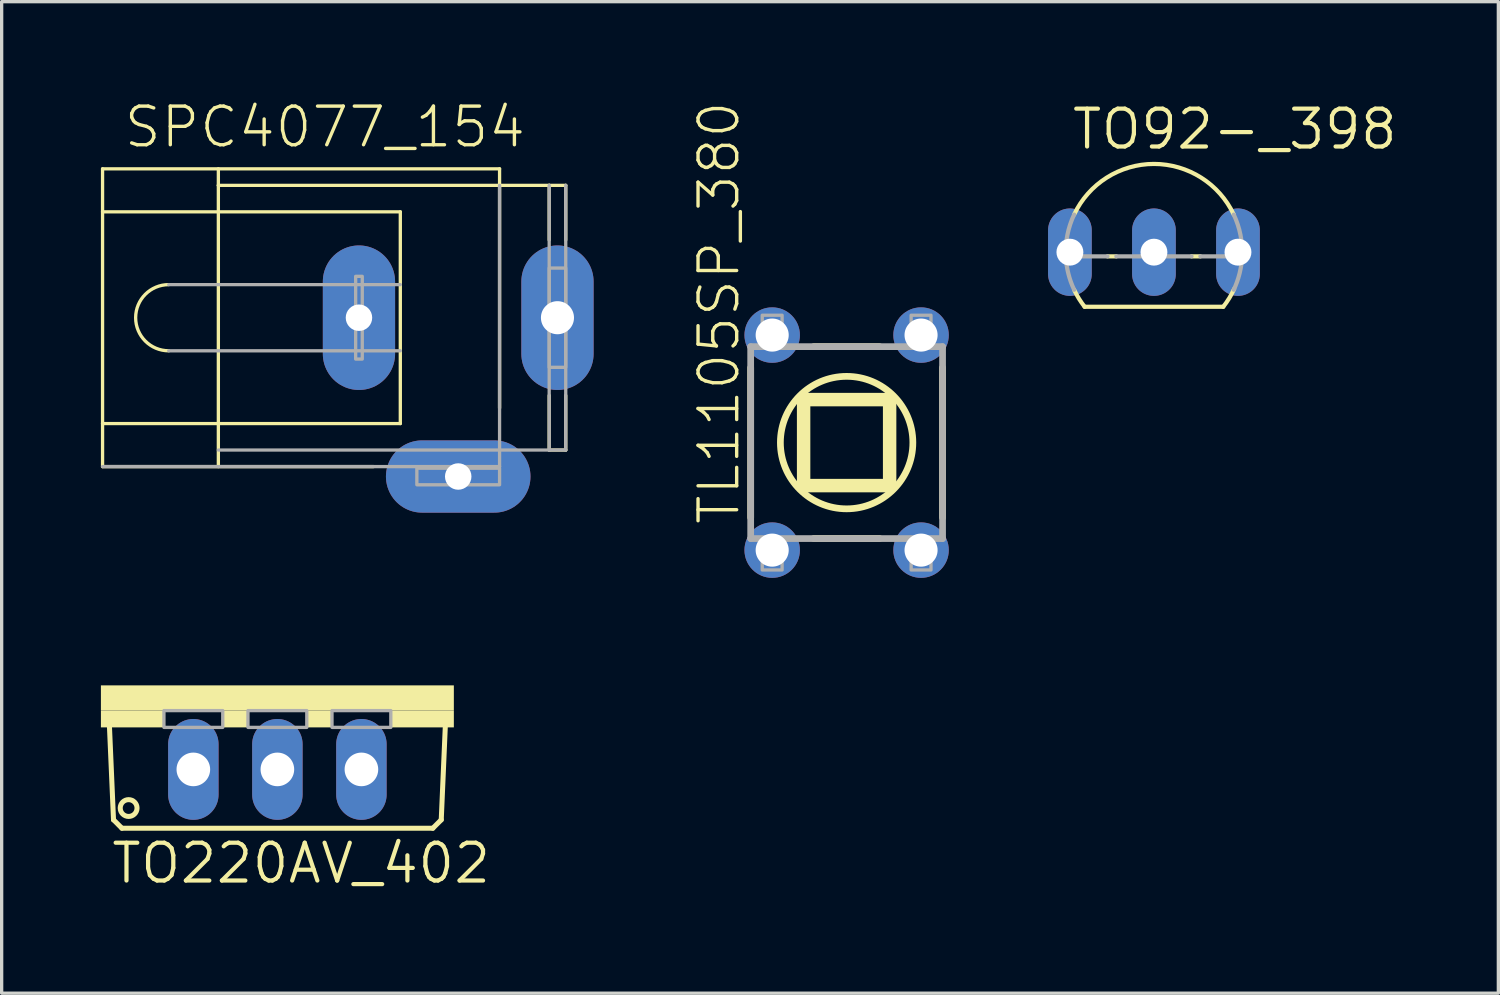
<source format=kicad_pcb>
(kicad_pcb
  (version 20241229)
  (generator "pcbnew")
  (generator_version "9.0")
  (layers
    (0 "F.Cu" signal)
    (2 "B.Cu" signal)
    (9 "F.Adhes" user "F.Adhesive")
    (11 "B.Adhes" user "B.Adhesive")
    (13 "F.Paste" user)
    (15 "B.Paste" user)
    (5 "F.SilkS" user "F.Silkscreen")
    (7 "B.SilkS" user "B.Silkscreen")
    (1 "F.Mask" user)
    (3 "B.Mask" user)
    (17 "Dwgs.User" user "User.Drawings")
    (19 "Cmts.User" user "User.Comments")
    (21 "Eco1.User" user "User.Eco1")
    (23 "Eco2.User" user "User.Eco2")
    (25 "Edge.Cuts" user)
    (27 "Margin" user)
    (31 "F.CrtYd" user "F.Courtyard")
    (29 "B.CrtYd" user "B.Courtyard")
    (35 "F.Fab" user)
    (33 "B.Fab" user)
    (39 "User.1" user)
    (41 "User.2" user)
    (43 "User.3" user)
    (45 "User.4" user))
  (footprint "TO92-_398"
    (layer "F.Cu")
    (at 31.829 4.572)
    (property "Reference" "TO92-_398" (at -2.54 -3.048 0) (unlocked yes) (layer "F.SilkS") (effects (font (size 1.143 1.143) (thickness 0.127)) (justify left bottom)))
    (fp_line (start -2.095 1.651) (end 2.095 1.651) (stroke (width 0.127) (type solid)) (layer "F.SilkS"))
    (fp_line (start -1.136 0.127) (end -1.404 0.127) (stroke (width 0.127) (type solid)) (layer "F.SilkS"))
    (fp_line (start 1.404 0.127) (end 1.136 0.127) (stroke (width 0.127) (type solid)) (layer "F.SilkS"))
    (fp_arc (start -2.413 -1.1359) (mid -0.000001 -2.666986) (end 2.412999 -1.135901) (stroke (width 0.127) (type solid)) (layer "F.SilkS"))
    (fp_arc (start -2.0945 1.651) (mid -2.268418 1.40252) (end -2.413 1.1359) (stroke (width 0.127) (type solid)) (layer "F.SilkS"))
    (fp_arc (start 2.4242 1.1118) (mid 2.275378 1.391201) (end 2.0945 1.651) (stroke (width 0.127) (type solid)) (layer "F.SilkS"))
    (fp_line (start -1.404 0.127) (end -2.664 0.127) (stroke (width 0.127) (type solid)) (layer "F.Fab"))
    (fp_line (start 1.136 0.127) (end -1.136 0.127) (stroke (width 0.127) (type solid)) (layer "F.Fab"))
    (fp_line (start 2.664 0.127) (end 1.404 0.127) (stroke (width 0.127) (type solid)) (layer "F.Fab"))
    (fp_arc (start -2.664 0.127) (mid -2.615858 -0.519825) (end -2.413 -1.1359) (stroke (width 0.127) (type solid)) (layer "F.Fab"))
    (fp_arc (start -2.413 1.1359) (mid -2.588137 0.643799) (end -2.664 0.127) (stroke (width 0.127) (type solid)) (layer "F.Fab"))
    (fp_arc (start 2.413 -1.1359) (mid 2.615858 -0.519825) (end 2.664 0.127) (stroke (width 0.127) (type solid)) (layer "F.Fab"))
    (fp_arc (start 2.664 0.127) (mid 2.588137 0.643799) (end 2.413 1.1359) (stroke (width 0.127) (type solid)) (layer "F.Fab"))
    (pad "1" thru_hole oval (at 2.54 0 90) (size 2.642 1.321) (drill 0.813) (layers "*.Cu" "*.Mask"))
    (pad "2" thru_hole oval (at 0 0 90) (size 2.642 1.321) (drill 0.813) (layers "*.Cu" "*.Mask"))
    (pad "3" thru_hole oval (at -2.54 0 90) (size 2.642 1.321) (drill 0.813) (layers "*.Cu" "*.Mask")))
  (footprint "TL1105SP_380"
    (layer "F.Cu")
    (at 22.54 10.328)
    (property "Reference" "TL1105SP_380" (at -3.175 2.54 90) (unlocked yes) (layer "F.SilkS") (effects (font (size 1.168 1.168) (thickness 0.102)) (justify left bottom)))
    (fp_line (start -2.9 -2.265) (end -2.9 2.265) (stroke (width 0.203) (type solid)) (layer "F.SilkS"))
    (fp_line (start -1.3 -1.3) (end 1.3 -1.3) (stroke (width 0.406) (type solid)) (layer "F.SilkS"))
    (fp_line (start -1.3 1.3) (end -1.3 -1.3) (stroke (width 0.406) (type solid)) (layer "F.SilkS"))
    (fp_line (start -0.995 -2.9) (end 0.995 -2.9) (stroke (width 0.203) (type solid)) (layer "F.SilkS"))
    (fp_line (start 0.995 2.9) (end -0.995 2.9) (stroke (width 0.203) (type solid)) (layer "F.SilkS"))
    (fp_line (start 1.3 -1.3) (end 1.3 1.3) (stroke (width 0.406) (type solid)) (layer "F.SilkS"))
    (fp_line (start 1.3 1.3) (end -1.3 1.3) (stroke (width 0.406) (type solid)) (layer "F.SilkS"))
    (fp_line (start 2.9 -2.265) (end 2.9 2.265) (stroke (width 0.203) (type solid)) (layer "F.SilkS"))
    (fp_circle (center 0 0) (end 2.002 0) (stroke (width 0.203) (type solid)) (fill no) (layer "F.SilkS"))
    (fp_line (start -2.9 -2.9) (end -2.9 2.9) (stroke (width 0.203) (type solid)) (layer "F.Fab"))
    (fp_line (start -2.9 -2.9) (end 2.9 -2.9) (stroke (width 0.203) (type solid)) (layer "F.Fab"))
    (fp_line (start 2.9 -2.9) (end 2.9 2.9) (stroke (width 0.203) (type solid)) (layer "F.Fab"))
    (fp_line (start 2.9 2.9) (end -2.9 2.9) (stroke (width 0.203) (type solid)) (layer "F.Fab"))
    (fp_poly (pts (xy -2.55 -2.925) (xy -1.95 -2.925) (xy -1.95 -3.85) (xy -2.55 -3.85)) (stroke (width 0.1) (type default)) (fill no) (layer "F.Fab"))
    (fp_poly (pts (xy -1.95 2.925) (xy -2.55 2.925) (xy -2.55 3.85) (xy -1.95 3.85)) (stroke (width 0.1) (type default)) (fill no) (layer "F.Fab"))
    (fp_poly (pts (xy 1.95 -2.925) (xy 2.55 -2.925) (xy 2.55 -3.85) (xy 1.95 -3.85)) (stroke (width 0.1) (type default)) (fill no) (layer "F.Fab"))
    (fp_poly (pts (xy 2.55 2.925) (xy 1.95 2.925) (xy 1.95 3.85) (xy 2.55 3.85)) (stroke (width 0.1) (type default)) (fill no) (layer "F.Fab"))
    (pad "1" thru_hole circle (at -2.25 -3.25 90) (size 1.676 1.676) (drill 1) (layers "*.Cu" "*.Mask"))
    (pad "2" thru_hole circle (at 2.25 -3.25 90) (size 1.676 1.676) (drill 1) (layers "*.Cu" "*.Mask"))
    (pad "3" thru_hole circle (at -2.25 3.25 90) (size 1.676 1.676) (drill 1) (layers "*.Cu" "*.Mask"))
    (pad "4" thru_hole circle (at 2.25 3.25 90) (size 1.676 1.676) (drill 1) (layers "*.Cu" "*.Mask")))
  (footprint "SPC4077_154"
    (layer "F.Cu")
    (at 10.8 6.553)
    (property "Reference" "SPC4077_154" (at -10.16 -5.08 0) (unlocked yes) (layer "F.SilkS") (effects (font (size 1.168 1.168) (thickness 0.102)) (justify left bottom)))
    (fp_line (start -10.75 -4.5) (end 1.25 -4.5) (stroke (width 0.1) (type solid)) (layer "F.SilkS"))
    (fp_line (start -10.75 -3.2) (end -10.75 -4.5) (stroke (width 0.1) (type solid)) (layer "F.SilkS"))
    (fp_line (start -10.75 -3.2) (end -1.75 -3.2) (stroke (width 0.1) (type solid)) (layer "F.SilkS"))
    (fp_line (start -10.75 3.2) (end -10.75 -3.2) (stroke (width 0.1) (type solid)) (layer "F.SilkS"))
    (fp_line (start -10.75 3.2) (end -1.75 3.2) (stroke (width 0.1) (type solid)) (layer "F.SilkS"))
    (fp_line (start -10.75 4.5) (end -10.75 3.2) (stroke (width 0.1) (type solid)) (layer "F.SilkS"))
    (fp_line (start -10.75 4.5) (end -2.56 4.5) (stroke (width 0.1) (type solid)) (layer "F.SilkS"))
    (fp_line (start -7.25 -4) (end -7.25 -4.5) (stroke (width 0.1) (type solid)) (layer "F.SilkS"))
    (fp_line (start -7.25 -4) (end 1.25 -4) (stroke (width 0.1) (type solid)) (layer "F.SilkS"))
    (fp_line (start -7.25 4.5) (end -7.25 -4) (stroke (width 0.1) (type solid)) (layer "F.SilkS"))
    (fp_line (start -1.75 -1) (end -1.75 -3.2) (stroke (width 0.1) (type solid)) (layer "F.SilkS"))
    (fp_line (start -1.75 1) (end -1.75 -1) (stroke (width 0.1) (type solid)) (layer "F.SilkS"))
    (fp_line (start -1.75 3.2) (end -1.75 1) (stroke (width 0.1) (type solid)) (layer "F.SilkS"))
    (fp_line (start 1.25 -4) (end 1.25 -4.5) (stroke (width 0.1) (type solid)) (layer "F.SilkS"))
    (fp_line (start 1.25 -4) (end 2.75 -4) (stroke (width 0.1) (type solid)) (layer "F.SilkS"))
    (fp_line (start 1.25 2.73) (end 1.25 -4) (stroke (width 0.1) (type solid)) (layer "F.SilkS"))
    (fp_line (start 2.75 -4) (end 3.25 -4) (stroke (width 0.1) (type solid)) (layer "F.SilkS"))
    (fp_line (start 2.75 -2.35) (end 2.75 -4) (stroke (width 0.1) (type solid)) (layer "F.SilkS"))
    (fp_line (start 2.75 4) (end 2.75 2.35) (stroke (width 0.1) (type solid)) (layer "F.SilkS"))
    (fp_line (start 2.75 4) (end 3.25 4) (stroke (width 0.1) (type solid)) (layer "F.SilkS"))
    (fp_line (start 3.25 -2.35) (end 3.25 -4) (stroke (width 0.1) (type solid)) (layer "F.SilkS"))
    (fp_line (start 3.25 4) (end 3.25 2.35) (stroke (width 0.1) (type solid)) (layer "F.SilkS"))
    (fp_arc (start -8.75 1) (mid -9.75 0) (end -8.75 -1) (stroke (width 0.1) (type solid)) (layer "F.SilkS"))
    (fp_line (start -10.75 4.5) (end 1.25 4.5) (stroke (width 0.1) (type solid)) (layer "F.Fab"))
    (fp_line (start -8.75 -1) (end -1.75 -1) (stroke (width 0.1) (type solid)) (layer "F.Fab"))
    (fp_line (start -8.75 1) (end -1.75 1) (stroke (width 0.1) (type solid)) (layer "F.Fab"))
    (fp_line (start -7.25 4) (end 1.25 4) (stroke (width 0.1) (type solid)) (layer "F.Fab"))
    (fp_line (start 1.25 4) (end 1.25 -4) (stroke (width 0.1) (type solid)) (layer "F.Fab"))
    (fp_line (start 1.25 4) (end 2.75 4) (stroke (width 0.1) (type solid)) (layer "F.Fab"))
    (fp_line (start 1.25 4.5) (end 1.25 4) (stroke (width 0.1) (type solid)) (layer "F.Fab"))
    (fp_line (start 2.75 4) (end 2.75 -4) (stroke (width 0.1) (type solid)) (layer "F.Fab"))
    (fp_line (start 2.75 4) (end 3.25 4) (stroke (width 0.1) (type solid)) (layer "F.Fab"))
    (fp_line (start 3.25 4) (end 3.25 -4) (stroke (width 0.1) (type solid)) (layer "F.Fab"))
    (fp_poly (pts (xy -3.1 1.25) (xy -2.9 1.25) (xy -2.9 -1.25) (xy -3.1 -1.25)) (stroke (width 0.1) (type default)) (fill no) (layer "F.Fab"))
    (fp_poly (pts (xy -1.25 5.05) (xy 1.25 5.05) (xy 1.25 4.55) (xy -1.25 4.55)) (stroke (width 0.1) (type default)) (fill no) (layer "F.Fab"))
    (fp_poly (pts (xy 2.75 1.5) (xy 3.25 1.5) (xy 3.25 -1.5) (xy 2.75 -1.5)) (stroke (width 0.1) (type default)) (fill no) (layer "F.Fab"))
    (pad "1" thru_hole oval (at -3 0 90) (size 4.369 2.184) (drill 0.8) (layers "*.Cu" "*.Mask"))
    (pad "2" thru_hole oval (at 0 4.8) (size 4.369 2.184) (drill 0.8) (layers "*.Cu" "*.Mask"))
    (pad "3" thru_hole oval (at 3 0 90) (size 4.369 2.184) (drill 1) (layers "*.Cu" "*.Mask")))
  (footprint "TO220AV_402"
    (layer "F.Cu")
    (at 5.334 17.666)
    (property "Reference" "TO220AV_402" (at -5.08 6.045 0) (unlocked yes) (layer "F.SilkS") (effects (font (size 1.143 1.143) (thickness 0.127)) (justify left bottom)))
    (fp_line (start -4.953 4.064) (end -5.08 1.143) (stroke (width 0.152) (type solid)) (layer "F.SilkS"))
    (fp_line (start -4.953 4.064) (end -4.699 4.318) (stroke (width 0.152) (type solid)) (layer "F.SilkS"))
    (fp_line (start 4.699 4.318) (end -4.699 4.318) (stroke (width 0.152) (type solid)) (layer "F.SilkS"))
    (fp_line (start 4.699 4.318) (end 4.953 4.064) (stroke (width 0.152) (type solid)) (layer "F.SilkS"))
    (fp_line (start 5.08 1.143) (end 4.953 4.064) (stroke (width 0.152) (type solid)) (layer "F.SilkS"))
    (fp_circle (center -4.496 3.708) (end -4.242 3.708) (stroke (width 0.152) (type solid)) (fill no) (layer "F.SilkS"))
    (fp_poly (pts (xy -5.334 0.762) (xy 5.334 0.762) (xy 5.334 0) (xy -5.334 0)) (stroke (width 0) (type default)) (fill yes) (layer "F.SilkS"))
    (fp_poly (pts (xy -5.334 1.27) (xy -3.429 1.27) (xy -3.429 0.762) (xy -5.334 0.762)) (stroke (width 0) (type default)) (fill yes) (layer "F.SilkS"))
    (fp_poly (pts (xy -1.651 1.27) (xy -0.889 1.27) (xy -0.889 0.762) (xy -1.651 0.762)) (stroke (width 0) (type default)) (fill yes) (layer "F.SilkS"))
    (fp_poly (pts (xy 0.889 1.27) (xy 1.651 1.27) (xy 1.651 0.762) (xy 0.889 0.762)) (stroke (width 0) (type default)) (fill yes) (layer "F.SilkS"))
    (fp_poly (pts (xy 3.429 1.27) (xy 5.334 1.27) (xy 5.334 0.762) (xy 3.429 0.762)) (stroke (width 0) (type default)) (fill yes) (layer "F.SilkS"))
    (fp_poly (pts (xy -3.429 1.27) (xy -1.651 1.27) (xy -1.651 0.762) (xy -3.429 0.762)) (stroke (width 0.1) (type default)) (fill no) (layer "F.Fab"))
    (fp_poly (pts (xy -0.889 1.27) (xy 0.889 1.27) (xy 0.889 0.762) (xy -0.889 0.762)) (stroke (width 0.1) (type default)) (fill no) (layer "F.Fab"))
    (fp_poly (pts (xy 1.651 1.27) (xy 3.429 1.27) (xy 3.429 0.762) (xy 1.651 0.762)) (stroke (width 0.1) (type default)) (fill no) (layer "F.Fab"))
    (pad "1" thru_hole oval (at -2.54 2.54 90) (size 3.048 1.524) (drill 1.016) (layers "*.Cu" "*.Mask"))
    (pad "2" thru_hole oval (at 0 2.54 90) (size 3.048 1.524) (drill 1.016) (layers "*.Cu" "*.Mask"))
    (pad "3" thru_hole oval (at 2.54 2.54 90) (size 3.048 1.524) (drill 1.016) (layers "*.Cu" "*.Mask")))
  (gr_rect
    (start -3 -3)
    (end 42.239 26.97)
    (stroke (width 0.1) (type default))
    (fill no)
    (layer "Edge.Cuts")))
</source>
